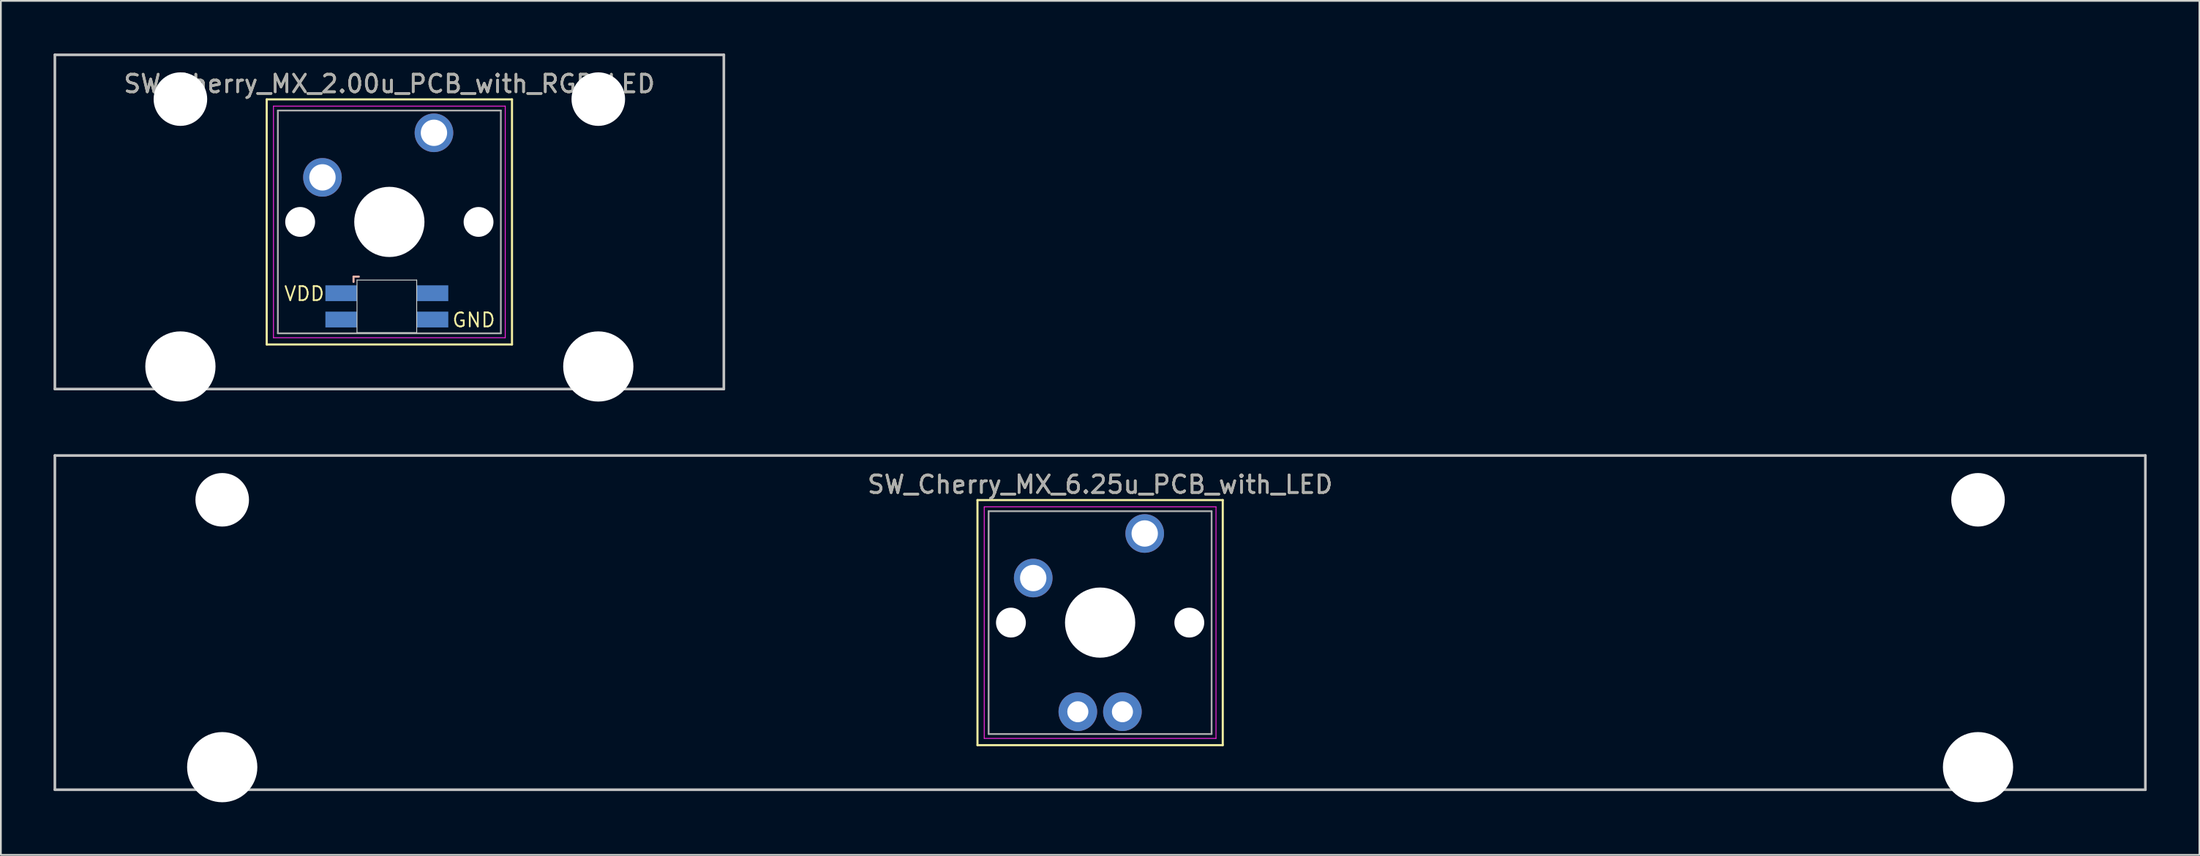
<source format=kicad_pcb>
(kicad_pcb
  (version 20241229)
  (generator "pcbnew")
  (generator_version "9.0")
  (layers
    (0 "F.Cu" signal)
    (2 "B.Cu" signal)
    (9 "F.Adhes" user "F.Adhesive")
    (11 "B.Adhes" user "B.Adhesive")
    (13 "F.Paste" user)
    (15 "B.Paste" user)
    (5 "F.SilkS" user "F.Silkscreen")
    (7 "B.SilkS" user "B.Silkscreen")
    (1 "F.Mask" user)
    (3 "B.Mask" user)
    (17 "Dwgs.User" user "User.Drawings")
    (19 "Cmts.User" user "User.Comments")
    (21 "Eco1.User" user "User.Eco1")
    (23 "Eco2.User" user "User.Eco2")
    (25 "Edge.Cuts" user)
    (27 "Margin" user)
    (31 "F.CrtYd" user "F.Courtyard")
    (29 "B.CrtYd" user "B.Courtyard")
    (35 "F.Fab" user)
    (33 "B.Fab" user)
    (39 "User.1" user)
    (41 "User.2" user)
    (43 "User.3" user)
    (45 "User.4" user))
  (footprint "SW_Cherry_MX_2.00u_PCB_with_RGB_LED"
    (layer "F.Cu")
    (at 21.665 4.52)
    (property "Reference" "SW_Cherry_MX_2.00u_PCB_with_RGB_LED" (at -2.54 -2.794 0) (layer "F.SilkS") (effects (font (size 1 1) (thickness 0.15))))
    (attr through_hole)
    (fp_line (start -9.525 -1.905) (end 4.445 -1.905) (stroke (width 0.12) (type solid)) (layer "F.SilkS"))
    (fp_line (start -9.525 12.065) (end -9.525 -1.905) (stroke (width 0.12) (type solid)) (layer "F.SilkS"))
    (fp_line (start 4.445 -1.905) (end 4.445 12.065) (stroke (width 0.12) (type solid)) (layer "F.SilkS"))
    (fp_line (start 4.445 12.065) (end -9.525 12.065) (stroke (width 0.12) (type solid)) (layer "F.SilkS"))
    (fp_line (start -4.579 8.198) (end -4.579 8.498) (stroke (width 0.12) (type solid)) (layer "B.SilkS"))
    (fp_line (start -4.279 8.198) (end -4.579 8.198) (stroke (width 0.12) (type solid)) (layer "B.SilkS"))
    (fp_line (start -21.59 -4.445) (end 16.51 -4.445) (stroke (width 0.15) (type solid)) (layer "Dwgs.User"))
    (fp_line (start -21.59 14.605) (end -21.59 -4.445) (stroke (width 0.15) (type solid)) (layer "Dwgs.User"))
    (fp_line (start 16.51 -4.445) (end 16.51 14.605) (stroke (width 0.15) (type solid)) (layer "Dwgs.User"))
    (fp_line (start 16.51 14.605) (end -21.59 14.605) (stroke (width 0.15) (type solid)) (layer "Dwgs.User"))
    (fp_line (start -4.383 8.394) (end -0.983 8.394) (stroke (width 0.05) (type solid)) (layer "Edge.Cuts"))
    (fp_line (start -4.383 11.394) (end -4.383 8.394) (stroke (width 0.05) (type solid)) (layer "Edge.Cuts"))
    (fp_line (start -0.983 8.394) (end -0.983 11.394) (stroke (width 0.05) (type solid)) (layer "Edge.Cuts"))
    (fp_line (start -0.983 11.394) (end -4.383 11.394) (stroke (width 0.05) (type solid)) (layer "Edge.Cuts"))
    (fp_line (start -9.14 -1.52) (end 4.06 -1.52) (stroke (width 0.05) (type solid)) (layer "F.CrtYd"))
    (fp_line (start -9.14 11.68) (end -9.14 -1.52) (stroke (width 0.05) (type solid)) (layer "F.CrtYd"))
    (fp_line (start 4.06 -1.52) (end 4.06 11.68) (stroke (width 0.05) (type solid)) (layer "F.CrtYd"))
    (fp_line (start 4.06 11.68) (end -9.14 11.68) (stroke (width 0.05) (type solid)) (layer "F.CrtYd"))
    (fp_line (start -8.89 -1.27) (end 3.81 -1.27) (stroke (width 0.1) (type solid)) (layer "F.Fab"))
    (fp_line (start -8.89 11.43) (end -8.89 -1.27) (stroke (width 0.1) (type solid)) (layer "F.Fab"))
    (fp_line (start 3.81 -1.27) (end 3.81 11.43) (stroke (width 0.1) (type solid)) (layer "F.Fab"))
    (fp_line (start 3.81 11.43) (end -8.89 11.43) (stroke (width 0.1) (type solid)) (layer "F.Fab"))
    (fp_text user "VDD" (at -8.592 9.641 0) (unlocked yes) (layer "F.SilkS") (effects (font (size 0.8 0.8) (thickness 0.1)) (justify left bottom)))
    (fp_text user "GND" (at 0.984 11.14 0) (unlocked yes) (layer "F.SilkS") (effects (font (size 0.8 0.8) (thickness 0.1)) (justify left bottom)))
    (fp_text user "${REFERENCE}" (at -2.54 -2.794 0) (layer "F.Fab") (effects (font (size 1 1) (thickness 0.15))))
    (pad "" np_thru_hole circle (at -14.44 -1.92) (size 3.05 3.05) (drill 3.05) (layers "*.Cu" "*.Mask"))
    (pad "" np_thru_hole circle (at -14.44 13.32) (size 4 4) (drill 4) (layers "*.Cu" "*.Mask"))
    (pad "" np_thru_hole circle (at -7.62 5.08) (size 1.7 1.7) (drill 1.7) (layers "*.Cu" "*.Mask"))
    (pad "" np_thru_hole circle (at -2.54 5.08) (size 4 4) (drill 4) (layers "*.Cu" "*.Mask"))
    (pad "" np_thru_hole circle (at 2.54 5.08) (size 1.7 1.7) (drill 1.7) (layers "*.Cu" "*.Mask"))
    (pad "" np_thru_hole circle (at 9.36 -1.92) (size 3.05 3.05) (drill 3.05) (layers "*.Cu" "*.Mask"))
    (pad "" np_thru_hole circle (at 9.36 13.32) (size 4 4) (drill 4) (layers "*.Cu" "*.Mask"))
    (pad "1" thru_hole circle (at 0 0) (size 2.2 2.2) (drill 1.5) (layers "*.Cu" "*.Mask"))
    (pad "2" thru_hole circle (at -6.35 2.54) (size 2.2 2.2) (drill 1.5) (layers "*.Cu" "*.Mask"))
    (pad "3" smd rect (at -0.083 10.644) (size 1.8 0.9) (layers "B.Cu" "B.Mask" "B.Paste"))
    (pad "4" smd rect (at -0.083 9.144) (size 1.8 0.9) (layers "B.Cu" "B.Mask" "B.Paste"))
    (pad "5" smd rect (at -5.283 10.644) (size 1.8 0.9) (layers "B.Cu" "B.Mask" "B.Paste"))
    (pad "6" smd rect (at -5.283 9.144) (size 1.8 0.9) (layers "B.Cu" "B.Mask" "B.Paste")))
  (footprint "SW_Cherry_MX_6.25u_PCB_with_LED"
    (layer "F.Cu")
    (at 62.146 27.36)
    (property "Reference" "SW_Cherry_MX_6.25u_PCB_with_LED" (at -2.54 -2.794 0) (layer "F.SilkS") (effects (font (size 1 1) (thickness 0.15))))
    (attr through_hole)
    (fp_line (start -9.525 -1.905) (end 4.445 -1.905) (stroke (width 0.12) (type solid)) (layer "F.SilkS"))
    (fp_line (start -9.525 12.065) (end -9.525 -1.905) (stroke (width 0.12) (type solid)) (layer "F.SilkS"))
    (fp_line (start 4.445 -1.905) (end 4.445 12.065) (stroke (width 0.12) (type solid)) (layer "F.SilkS"))
    (fp_line (start 4.445 12.065) (end -9.525 12.065) (stroke (width 0.12) (type solid)) (layer "F.SilkS"))
    (fp_line (start -62.071 -4.445) (end 56.991 -4.445) (stroke (width 0.15) (type solid)) (layer "Dwgs.User"))
    (fp_line (start -62.071 14.605) (end -62.071 -4.445) (stroke (width 0.15) (type solid)) (layer "Dwgs.User"))
    (fp_line (start 56.991 -4.445) (end 56.991 14.605) (stroke (width 0.15) (type solid)) (layer "Dwgs.User"))
    (fp_line (start 56.991 14.605) (end -62.071 14.605) (stroke (width 0.15) (type solid)) (layer "Dwgs.User"))
    (fp_line (start -9.14 -1.52) (end 4.06 -1.52) (stroke (width 0.05) (type solid)) (layer "F.CrtYd"))
    (fp_line (start -9.14 11.68) (end -9.14 -1.52) (stroke (width 0.05) (type solid)) (layer "F.CrtYd"))
    (fp_line (start 4.06 -1.52) (end 4.06 11.68) (stroke (width 0.05) (type solid)) (layer "F.CrtYd"))
    (fp_line (start 4.06 11.68) (end -9.14 11.68) (stroke (width 0.05) (type solid)) (layer "F.CrtYd"))
    (fp_line (start -8.89 -1.27) (end 3.81 -1.27) (stroke (width 0.1) (type solid)) (layer "F.Fab"))
    (fp_line (start -8.89 11.43) (end -8.89 -1.27) (stroke (width 0.1) (type solid)) (layer "F.Fab"))
    (fp_line (start 3.81 -1.27) (end 3.81 11.43) (stroke (width 0.1) (type solid)) (layer "F.Fab"))
    (fp_line (start 3.81 11.43) (end -8.89 11.43) (stroke (width 0.1) (type solid)) (layer "F.Fab"))
    (fp_text user "${REFERENCE}" (at -2.54 -2.794 0) (layer "F.Fab") (effects (font (size 1 1) (thickness 0.15))))
    (pad "" np_thru_hole circle (at -52.54 -1.92) (size 3.05 3.05) (drill 3.05) (layers "*.Cu" "*.Mask"))
    (pad "" np_thru_hole circle (at -52.54 13.32) (size 4 4) (drill 4) (layers "*.Cu" "*.Mask"))
    (pad "" np_thru_hole circle (at -7.62 5.08) (size 1.7 1.7) (drill 1.7) (layers "*.Cu" "*.Mask"))
    (pad "" np_thru_hole circle (at -2.54 5.08) (size 4 4) (drill 4) (layers "*.Cu" "*.Mask"))
    (pad "" np_thru_hole circle (at 2.54 5.08) (size 1.7 1.7) (drill 1.7) (layers "*.Cu" "*.Mask"))
    (pad "" np_thru_hole circle (at 47.46 -1.92) (size 3.05 3.05) (drill 3.05) (layers "*.Cu" "*.Mask"))
    (pad "" np_thru_hole circle (at 47.46 13.32) (size 4 4) (drill 4) (layers "*.Cu" "*.Mask"))
    (pad "1" thru_hole circle (at 0 0) (size 2.2 2.2) (drill 1.5) (layers "*.Cu" "*.Mask"))
    (pad "2" thru_hole circle (at -6.35 2.54) (size 2.2 2.2) (drill 1.5) (layers "*.Cu" "*.Mask"))
    (pad "3" thru_hole circle (at -3.81 10.16) (size 2.2 2.2) (drill 1.2) (layers "*.Cu" "*.Mask"))
    (pad "4" thru_hole circle (at -1.27 10.16) (size 2.2 2.2) (drill 1.2) (layers "*.Cu" "*.Mask")))
  (gr_rect
    (start -3 -3)
    (end 122.213 45.68)
    (stroke (width 0.1) (type default))
    (fill no)
    (layer "Edge.Cuts")))
</source>
